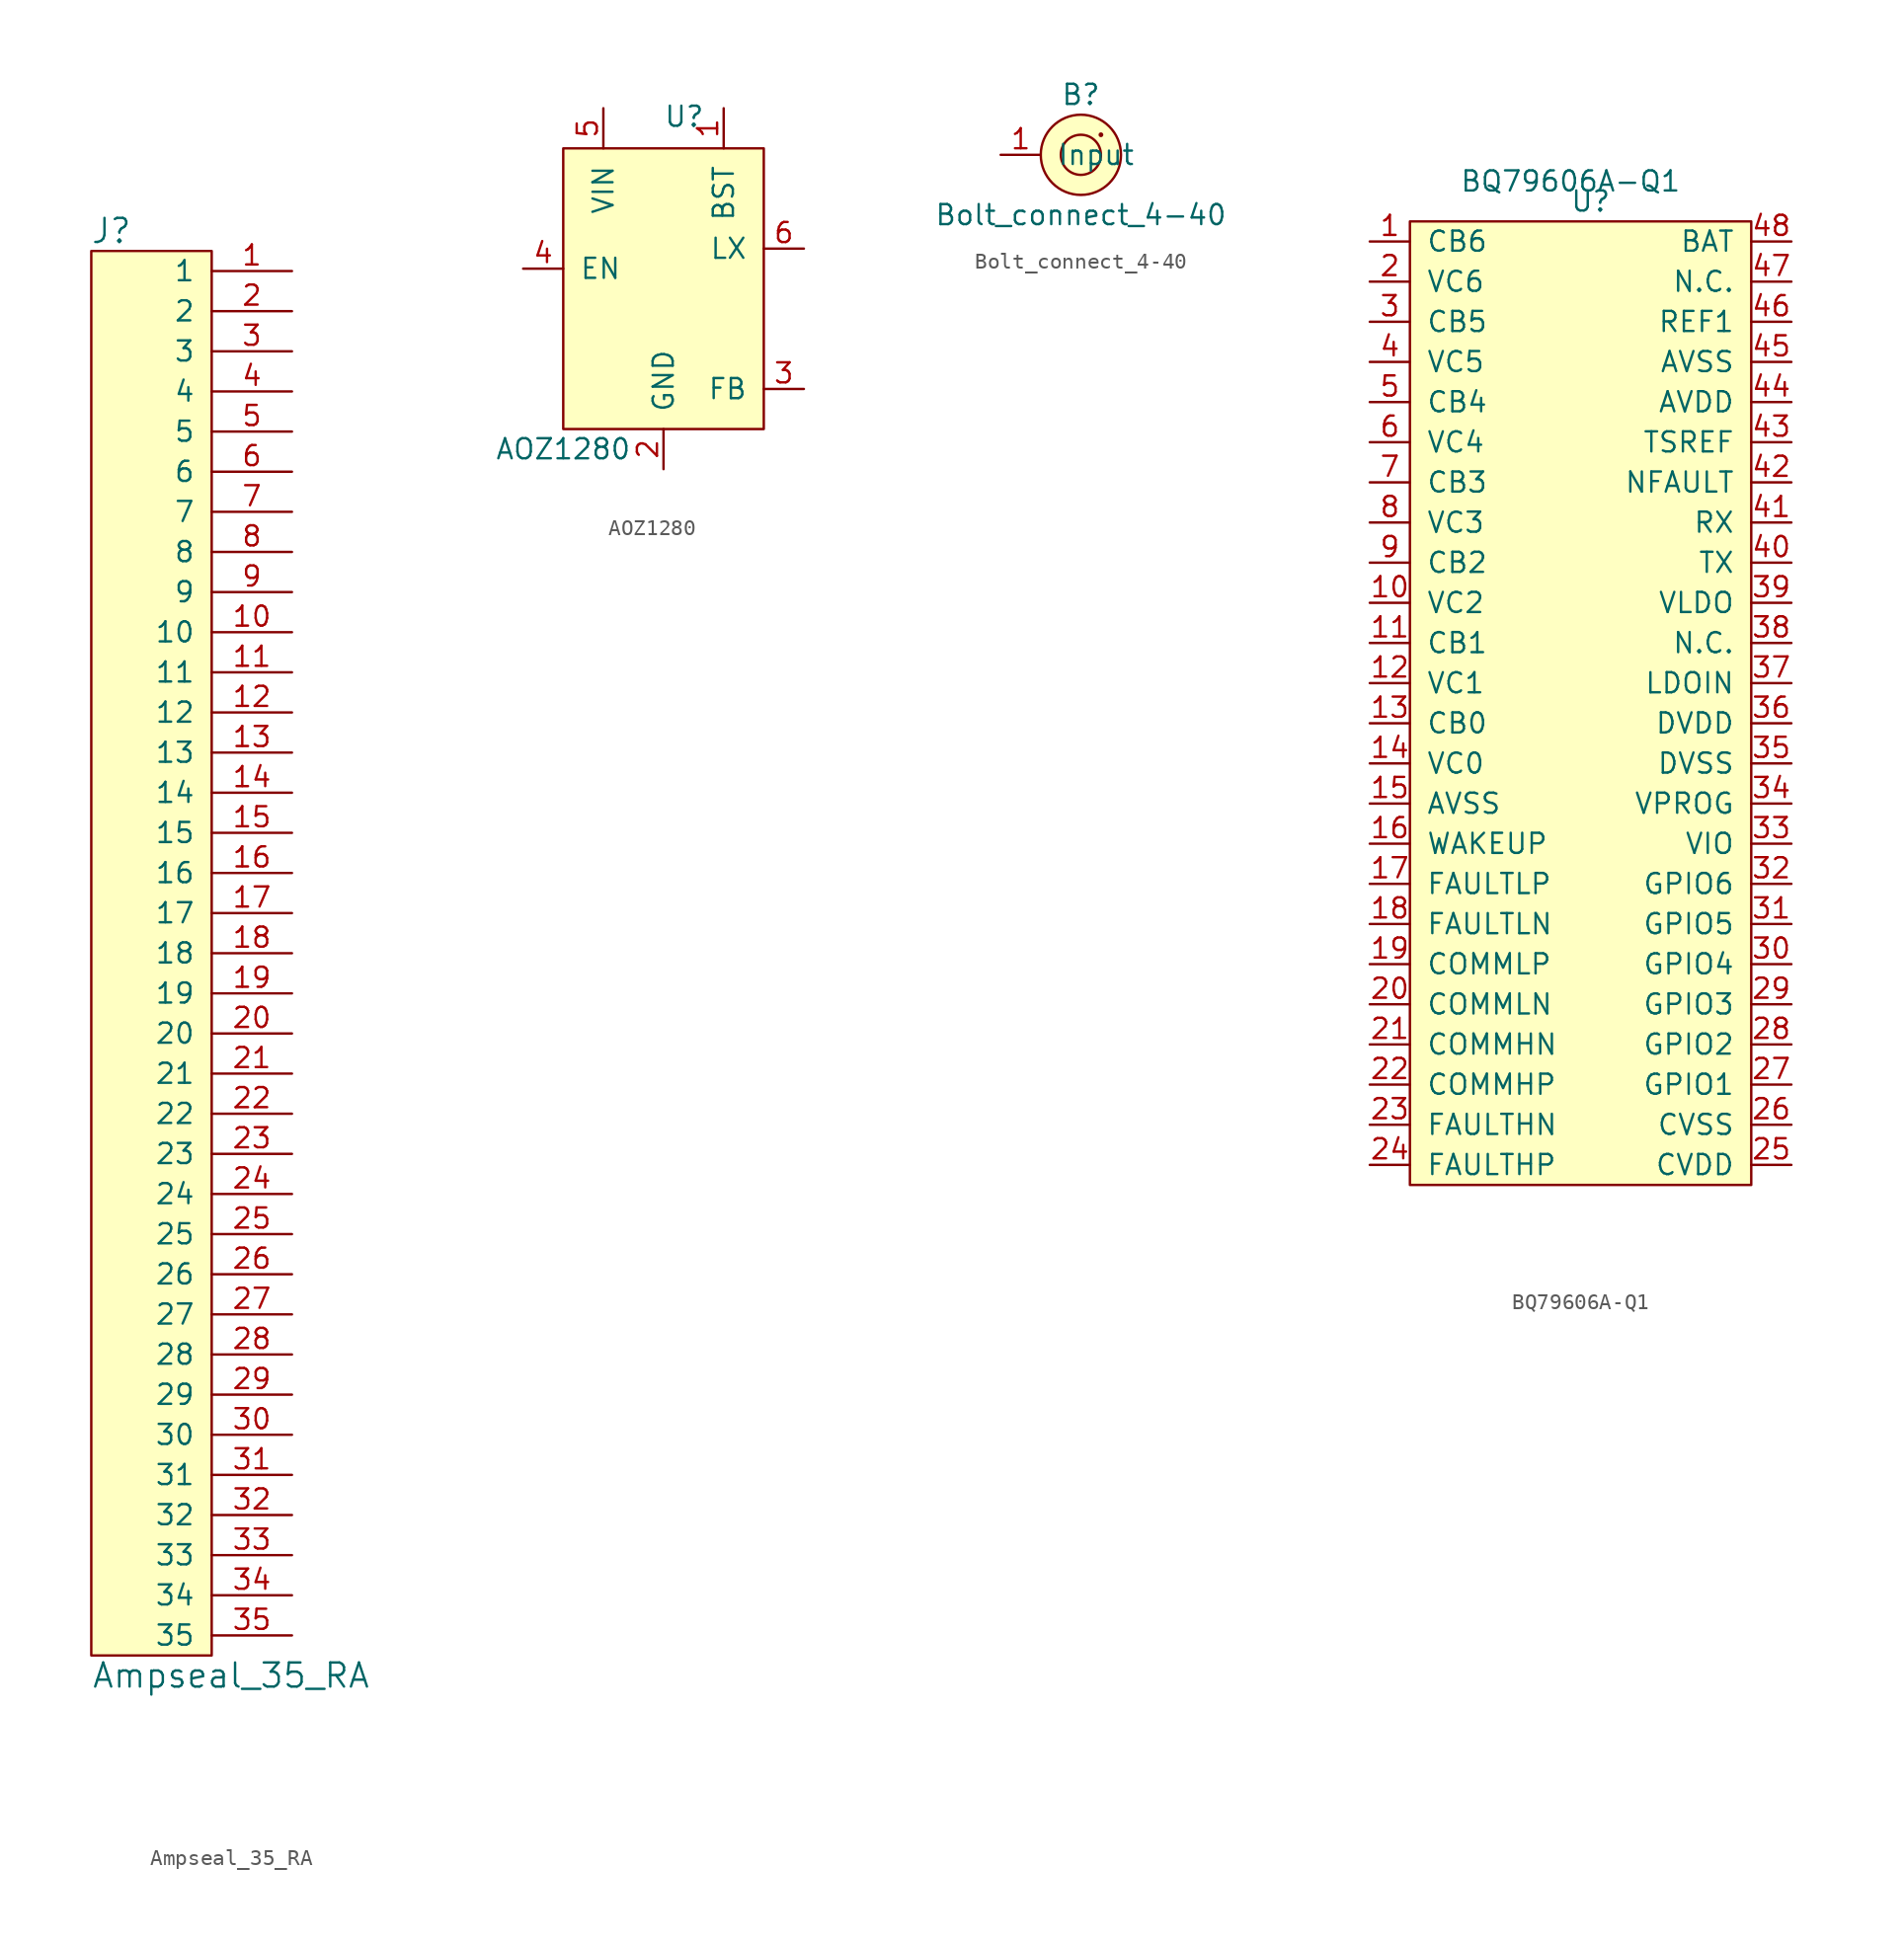
<source format=kicad_sym>
(kicad_symbol_lib
  (version 20211014)
  (generator kicad_symbol_editor)
  (symbol "Ampseal_35_RA"
    (pin_names
      (offset 1.016))
    (property "Reference" "J"
      (at -6.35 45.72 0)
      (effects (font (size 1.524 1.524))))
    (property "Value" "Ampseal_35_RA"
      (at -7.62 -45.72 0)
      (effects (font (size 1.524 1.524)) (justify left)))
    (symbol "Ampseal_35_RA_0_1"
      (rectangle (start 0 44.45) (end -7.62 -44.45) (stroke (width 0) (type default) (color 0 0 0 0)) (fill (type background))))
    (symbol "Ampseal_35_RA_1_1"
      (pin passive line (at 5.08 43.18 180) (length 5.08) (name "1" (effects (font (size 1.27 1.27)))) (number "1" (effects (font (size 1.27 1.27)))))
      (pin passive line (at 5.08 20.32 180) (length 5.08) (name "10" (effects (font (size 1.27 1.27)))) (number "10" (effects (font (size 1.27 1.27)))))
      (pin passive line (at 5.08 17.78 180) (length 5.08) (name "11" (effects (font (size 1.27 1.27)))) (number "11" (effects (font (size 1.27 1.27)))))
      (pin passive line (at 5.08 15.24 180) (length 5.08) (name "12" (effects (font (size 1.27 1.27)))) (number "12" (effects (font (size 1.27 1.27)))))
      (pin passive line (at 5.08 12.7 180) (length 5.08) (name "13" (effects (font (size 1.27 1.27)))) (number "13" (effects (font (size 1.27 1.27)))))
      (pin passive line (at 5.08 10.16 180) (length 5.08) (name "14" (effects (font (size 1.27 1.27)))) (number "14" (effects (font (size 1.27 1.27)))))
      (pin passive line (at 5.08 7.62 180) (length 5.08) (name "15" (effects (font (size 1.27 1.27)))) (number "15" (effects (font (size 1.27 1.27)))))
      (pin passive line (at 5.08 5.08 180) (length 5.08) (name "16" (effects (font (size 1.27 1.27)))) (number "16" (effects (font (size 1.27 1.27)))))
      (pin passive line (at 5.08 2.54 180) (length 5.08) (name "17" (effects (font (size 1.27 1.27)))) (number "17" (effects (font (size 1.27 1.27)))))
      (pin passive line (at 5.08 0 180) (length 5.08) (name "18" (effects (font (size 1.27 1.27)))) (number "18" (effects (font (size 1.27 1.27)))))
      (pin passive line (at 5.08 -2.54 180) (length 5.08) (name "19" (effects (font (size 1.27 1.27)))) (number "19" (effects (font (size 1.27 1.27)))))
      (pin passive line (at 5.08 40.64 180) (length 5.08) (name "2" (effects (font (size 1.27 1.27)))) (number "2" (effects (font (size 1.27 1.27)))))
      (pin passive line (at 5.08 -5.08 180) (length 5.08) (name "20" (effects (font (size 1.27 1.27)))) (number "20" (effects (font (size 1.27 1.27)))))
      (pin passive line (at 5.08 -7.62 180) (length 5.08) (name "21" (effects (font (size 1.27 1.27)))) (number "21" (effects (font (size 1.27 1.27)))))
      (pin passive line (at 5.08 -10.16 180) (length 5.08) (name "22" (effects (font (size 1.27 1.27)))) (number "22" (effects (font (size 1.27 1.27)))))
      (pin passive line (at 5.08 -12.7 180) (length 5.08) (name "23" (effects (font (size 1.27 1.27)))) (number "23" (effects (font (size 1.27 1.27)))))
      (pin passive line (at 5.08 -15.24 180) (length 5.08) (name "24" (effects (font (size 1.27 1.27)))) (number "24" (effects (font (size 1.27 1.27)))))
      (pin passive line (at 5.08 -17.78 180) (length 5.08) (name "25" (effects (font (size 1.27 1.27)))) (number "25" (effects (font (size 1.27 1.27)))))
      (pin passive line (at 5.08 -20.32 180) (length 5.08) (name "26" (effects (font (size 1.27 1.27)))) (number "26" (effects (font (size 1.27 1.27)))))
      (pin passive line (at 5.08 -22.86 180) (length 5.08) (name "27" (effects (font (size 1.27 1.27)))) (number "27" (effects (font (size 1.27 1.27)))))
      (pin passive line (at 5.08 -25.4 180) (length 5.08) (name "28" (effects (font (size 1.27 1.27)))) (number "28" (effects (font (size 1.27 1.27)))))
      (pin passive line (at 5.08 -27.94 180) (length 5.08) (name "29" (effects (font (size 1.27 1.27)))) (number "29" (effects (font (size 1.27 1.27)))))
      (pin passive line (at 5.08 38.1 180) (length 5.08) (name "3" (effects (font (size 1.27 1.27)))) (number "3" (effects (font (size 1.27 1.27)))))
      (pin passive line (at 5.08 -30.48 180) (length 5.08) (name "30" (effects (font (size 1.27 1.27)))) (number "30" (effects (font (size 1.27 1.27)))))
      (pin passive line (at 5.08 -33.02 180) (length 5.08) (name "31" (effects (font (size 1.27 1.27)))) (number "31" (effects (font (size 1.27 1.27)))))
      (pin passive line (at 5.08 -35.56 180) (length 5.08) (name "32" (effects (font (size 1.27 1.27)))) (number "32" (effects (font (size 1.27 1.27)))))
      (pin passive line (at 5.08 -38.1 180) (length 5.08) (name "33" (effects (font (size 1.27 1.27)))) (number "33" (effects (font (size 1.27 1.27)))))
      (pin passive line (at 5.08 -40.64 180) (length 5.08) (name "34" (effects (font (size 1.27 1.27)))) (number "34" (effects (font (size 1.27 1.27)))))
      (pin passive line (at 5.08 -43.18 180) (length 5.08) (name "35" (effects (font (size 1.27 1.27)))) (number "35" (effects (font (size 1.27 1.27)))))
      (pin passive line (at 5.08 35.56 180) (length 5.08) (name "4" (effects (font (size 1.27 1.27)))) (number "4" (effects (font (size 1.27 1.27)))))
      (pin passive line (at 5.08 33.02 180) (length 5.08) (name "5" (effects (font (size 1.27 1.27)))) (number "5" (effects (font (size 1.27 1.27)))))
      (pin passive line (at 5.08 30.48 180) (length 5.08) (name "6" (effects (font (size 1.27 1.27)))) (number "6" (effects (font (size 1.27 1.27)))))
      (pin passive line (at 5.08 27.94 180) (length 5.08) (name "7" (effects (font (size 1.27 1.27)))) (number "7" (effects (font (size 1.27 1.27)))))
      (pin passive line (at 5.08 25.4 180) (length 5.08) (name "8" (effects (font (size 1.27 1.27)))) (number "8" (effects (font (size 1.27 1.27)))))
      (pin passive line (at 5.08 22.86 180) (length 5.08) (name "9" (effects (font (size 1.27 1.27)))) (number "9" (effects (font (size 1.27 1.27)))))))
  (symbol "AOZ1280"
    (pin_names
      (offset 1.016))
    (property "Reference" "U"
      (at 0 6.35 0)
      (effects (font (size 1.27 1.27)) (justify left bottom)))
    (property "Value" "AOZ1280"
      (at -6.35 -13.97 0)
      (effects (font (size 1.27 1.27))))
    (symbol "AOZ1280_0_1"
      (rectangle (start -6.35 5.08) (end 6.35 -12.7) (stroke (width 0) (type default) (color 0 0 0 0)) (fill (type background))))
    (symbol "AOZ1280_1_1"
      (pin input line (at 3.81 7.62 270) (length 2.54) (name "BST" (effects (font (size 1.27 1.27)))) (number "1" (effects (font (size 1.27 1.27)))))
      (pin input line (at 0 -15.24 90) (length 2.54) (name "GND" (effects (font (size 1.27 1.27)))) (number "2" (effects (font (size 1.27 1.27)))))
      (pin input line (at 8.89 -10.16 180) (length 2.54) (name "FB" (effects (font (size 1.27 1.27)))) (number "3" (effects (font (size 1.27 1.27)))))
      (pin input line (at -8.89 -2.54 0) (length 2.54) (name "EN" (effects (font (size 1.27 1.27)))) (number "4" (effects (font (size 1.27 1.27)))))
      (pin input line (at -3.81 7.62 270) (length 2.54) (name "VIN" (effects (font (size 1.27 1.27)))) (number "5" (effects (font (size 1.27 1.27)))))
      (pin input line (at 8.89 -1.27 180) (length 2.54) (name "LX" (effects (font (size 1.27 1.27)))) (number "6" (effects (font (size 1.27 1.27)))))))
  (symbol "Bolt_connect_4-40"
    (pin_names
      (offset 1.016))
    (property "Reference" "B"
      (at 0 3.81 0)
      (effects (font (size 1.27 1.27))))
    (property "Value" "Bolt_connect_4-40"
      (at 0 -3.81 0)
      (effects (font (size 1.27 1.27))))
    (symbol "Bolt_connect_4-40_0_1"
      (circle (center 0 0) (radius 1.27) (stroke (width 0) (type default) (color 0 0 0 0)) (fill (type none)))
      (circle (center 0 0) (radius 2.54) (stroke (width 0) (type default) (color 0 0 0 0)) (fill (type background)))
      (circle (center 1.27 1.27) (radius 0.0001) (stroke (width 0) (type default) (color 0 0 0 0)) (fill (type none))))
    (symbol "Bolt_connect_4-40_1_1"
      (pin input line (at -5.08 0 0) (length 2.54) (name "Input" (effects (font (size 1.27 1.27)))) (number "1" (effects (font (size 1.27 1.27)))))))
  (symbol "BQ79606A-Q1"
    (pin_names
      (offset 1.016))
    (property "Reference" "U"
      (at 0 0 0)
      (effects (font (size 1.27 1.27))))
    (property "Value" "BQ79606A-Q1"
      (at -1.27 1.27 0)
      (effects (font (size 1.27 1.27))))
    (symbol "BQ79606A-Q1_0_1"
      (rectangle (start -11.43 -1.27) (end 10.16 -62.23) (stroke (width 0) (type default) (color 0 0 0 0)) (fill (type background))))
    (symbol "BQ79606A-Q1_1_1"
      (pin input line (at -13.97 -2.54 0) (length 2.54) (name "CB6" (effects (font (size 1.27 1.27)))) (number "1" (effects (font (size 1.27 1.27)))))
      (pin passive line (at -13.97 -25.4 0) (length 2.54) (name "VC2" (effects (font (size 1.27 1.27)))) (number "10" (effects (font (size 1.27 1.27)))))
      (pin passive line (at -13.97 -27.94 0) (length 2.54) (name "CB1" (effects (font (size 1.27 1.27)))) (number "11" (effects (font (size 1.27 1.27)))))
      (pin passive line (at -13.97 -30.48 0) (length 2.54) (name "VC1" (effects (font (size 1.27 1.27)))) (number "12" (effects (font (size 1.27 1.27)))))
      (pin passive line (at -13.97 -33.02 0) (length 2.54) (name "CB0" (effects (font (size 1.27 1.27)))) (number "13" (effects (font (size 1.27 1.27)))))
      (pin passive line (at -13.97 -35.56 0) (length 2.54) (name "VC0" (effects (font (size 1.27 1.27)))) (number "14" (effects (font (size 1.27 1.27)))))
      (pin passive line (at -13.97 -38.1 0) (length 2.54) (name "AVSS" (effects (font (size 1.27 1.27)))) (number "15" (effects (font (size 1.27 1.27)))))
      (pin passive line (at -13.97 -40.64 0) (length 2.54) (name "WAKEUP" (effects (font (size 1.27 1.27)))) (number "16" (effects (font (size 1.27 1.27)))))
      (pin passive line (at -13.97 -43.18 0) (length 2.54) (name "FAULTLP" (effects (font (size 1.27 1.27)))) (number "17" (effects (font (size 1.27 1.27)))))
      (pin passive line (at -13.97 -45.72 0) (length 2.54) (name "FAULTLN" (effects (font (size 1.27 1.27)))) (number "18" (effects (font (size 1.27 1.27)))))
      (pin passive line (at -13.97 -48.26 0) (length 2.54) (name "COMMLP" (effects (font (size 1.27 1.27)))) (number "19" (effects (font (size 1.27 1.27)))))
      (pin passive line (at -13.97 -5.08 0) (length 2.54) (name "VC6" (effects (font (size 1.27 1.27)))) (number "2" (effects (font (size 1.27 1.27)))))
      (pin passive line (at -13.97 -50.8 0) (length 2.54) (name "COMMLN" (effects (font (size 1.27 1.27)))) (number "20" (effects (font (size 1.27 1.27)))))
      (pin passive line (at -13.97 -53.34 0) (length 2.54) (name "COMMHN" (effects (font (size 1.27 1.27)))) (number "21" (effects (font (size 1.27 1.27)))))
      (pin passive line (at -13.97 -55.88 0) (length 2.54) (name "COMMHP" (effects (font (size 1.27 1.27)))) (number "22" (effects (font (size 1.27 1.27)))))
      (pin passive line (at -13.97 -58.42 0) (length 2.54) (name "FAULTHN" (effects (font (size 1.27 1.27)))) (number "23" (effects (font (size 1.27 1.27)))))
      (pin passive line (at -13.97 -60.96 0) (length 2.54) (name "FAULTHP" (effects (font (size 1.27 1.27)))) (number "24" (effects (font (size 1.27 1.27)))))
      (pin passive line (at 12.7 -60.96 180) (length 2.54) (name "CVDD" (effects (font (size 1.27 1.27)))) (number "25" (effects (font (size 1.27 1.27)))))
      (pin passive line (at 12.7 -58.42 180) (length 2.54) (name "CVSS" (effects (font (size 1.27 1.27)))) (number "26" (effects (font (size 1.27 1.27)))))
      (pin passive line (at 12.7 -55.88 180) (length 2.54) (name "GPIO1" (effects (font (size 1.27 1.27)))) (number "27" (effects (font (size 1.27 1.27)))))
      (pin passive line (at 12.7 -53.34 180) (length 2.54) (name "GPIO2" (effects (font (size 1.27 1.27)))) (number "28" (effects (font (size 1.27 1.27)))))
      (pin passive line (at 12.7 -50.8 180) (length 2.54) (name "GPIO3" (effects (font (size 1.27 1.27)))) (number "29" (effects (font (size 1.27 1.27)))))
      (pin passive line (at -13.97 -7.62 0) (length 2.54) (name "CB5" (effects (font (size 1.27 1.27)))) (number "3" (effects (font (size 1.27 1.27)))))
      (pin passive line (at 12.7 -48.26 180) (length 2.54) (name "GPIO4" (effects (font (size 1.27 1.27)))) (number "30" (effects (font (size 1.27 1.27)))))
      (pin passive line (at 12.7 -45.72 180) (length 2.54) (name "GPIO5" (effects (font (size 1.27 1.27)))) (number "31" (effects (font (size 1.27 1.27)))))
      (pin passive line (at 12.7 -43.18 180) (length 2.54) (name "GPIO6" (effects (font (size 1.27 1.27)))) (number "32" (effects (font (size 1.27 1.27)))))
      (pin passive line (at 12.7 -40.64 180) (length 2.54) (name "VIO" (effects (font (size 1.27 1.27)))) (number "33" (effects (font (size 1.27 1.27)))))
      (pin passive line (at 12.7 -38.1 180) (length 2.54) (name "VPROG" (effects (font (size 1.27 1.27)))) (number "34" (effects (font (size 1.27 1.27)))))
      (pin passive line (at 12.7 -35.56 180) (length 2.54) (name "DVSS" (effects (font (size 1.27 1.27)))) (number "35" (effects (font (size 1.27 1.27)))))
      (pin passive line (at 12.7 -33.02 180) (length 2.54) (name "DVDD" (effects (font (size 1.27 1.27)))) (number "36" (effects (font (size 1.27 1.27)))))
      (pin passive line (at 12.7 -30.48 180) (length 2.54) (name "LDOIN" (effects (font (size 1.27 1.27)))) (number "37" (effects (font (size 1.27 1.27)))))
      (pin passive line (at 12.7 -27.94 180) (length 2.54) (name "N.C." (effects (font (size 1.27 1.27)))) (number "38" (effects (font (size 1.27 1.27)))))
      (pin passive line (at 12.7 -25.4 180) (length 2.54) (name "VLDO" (effects (font (size 1.27 1.27)))) (number "39" (effects (font (size 1.27 1.27)))))
      (pin passive line (at -13.97 -10.16 0) (length 2.54) (name "VC5" (effects (font (size 1.27 1.27)))) (number "4" (effects (font (size 1.27 1.27)))))
      (pin passive line (at 12.7 -22.86 180) (length 2.54) (name "TX" (effects (font (size 1.27 1.27)))) (number "40" (effects (font (size 1.27 1.27)))))
      (pin passive line (at 12.7 -20.32 180) (length 2.54) (name "RX" (effects (font (size 1.27 1.27)))) (number "41" (effects (font (size 1.27 1.27)))))
      (pin passive line (at 12.7 -17.78 180) (length 2.54) (name "NFAULT" (effects (font (size 1.27 1.27)))) (number "42" (effects (font (size 1.27 1.27)))))
      (pin passive line (at 12.7 -15.24 180) (length 2.54) (name "TSREF" (effects (font (size 1.27 1.27)))) (number "43" (effects (font (size 1.27 1.27)))))
      (pin passive line (at 12.7 -12.7 180) (length 2.54) (name "AVDD" (effects (font (size 1.27 1.27)))) (number "44" (effects (font (size 1.27 1.27)))))
      (pin passive line (at 12.7 -10.16 180) (length 2.54) (name "AVSS" (effects (font (size 1.27 1.27)))) (number "45" (effects (font (size 1.27 1.27)))))
      (pin passive line (at 12.7 -7.62 180) (length 2.54) (name "REF1" (effects (font (size 1.27 1.27)))) (number "46" (effects (font (size 1.27 1.27)))))
      (pin passive line (at 12.7 -5.08 180) (length 2.54) (name "N.C." (effects (font (size 1.27 1.27)))) (number "47" (effects (font (size 1.27 1.27)))))
      (pin passive line (at 12.7 -2.54 180) (length 2.54) (name "BAT" (effects (font (size 1.27 1.27)))) (number "48" (effects (font (size 1.27 1.27)))))
      (pin passive line (at -13.97 -12.7 0) (length 2.54) (name "CB4" (effects (font (size 1.27 1.27)))) (number "5" (effects (font (size 1.27 1.27)))))
      (pin passive line (at -13.97 -15.24 0) (length 2.54) (name "VC4" (effects (font (size 1.27 1.27)))) (number "6" (effects (font (size 1.27 1.27)))))
      (pin passive line (at -13.97 -17.78 0) (length 2.54) (name "CB3" (effects (font (size 1.27 1.27)))) (number "7" (effects (font (size 1.27 1.27)))))
      (pin passive line (at -13.97 -20.32 0) (length 2.54) (name "VC3" (effects (font (size 1.27 1.27)))) (number "8" (effects (font (size 1.27 1.27)))))
      (pin passive line (at -13.97 -22.86 0) (length 2.54) (name "CB2" (effects (font (size 1.27 1.27)))) (number "9" (effects (font (size 1.27 1.27))))))))
</source>
